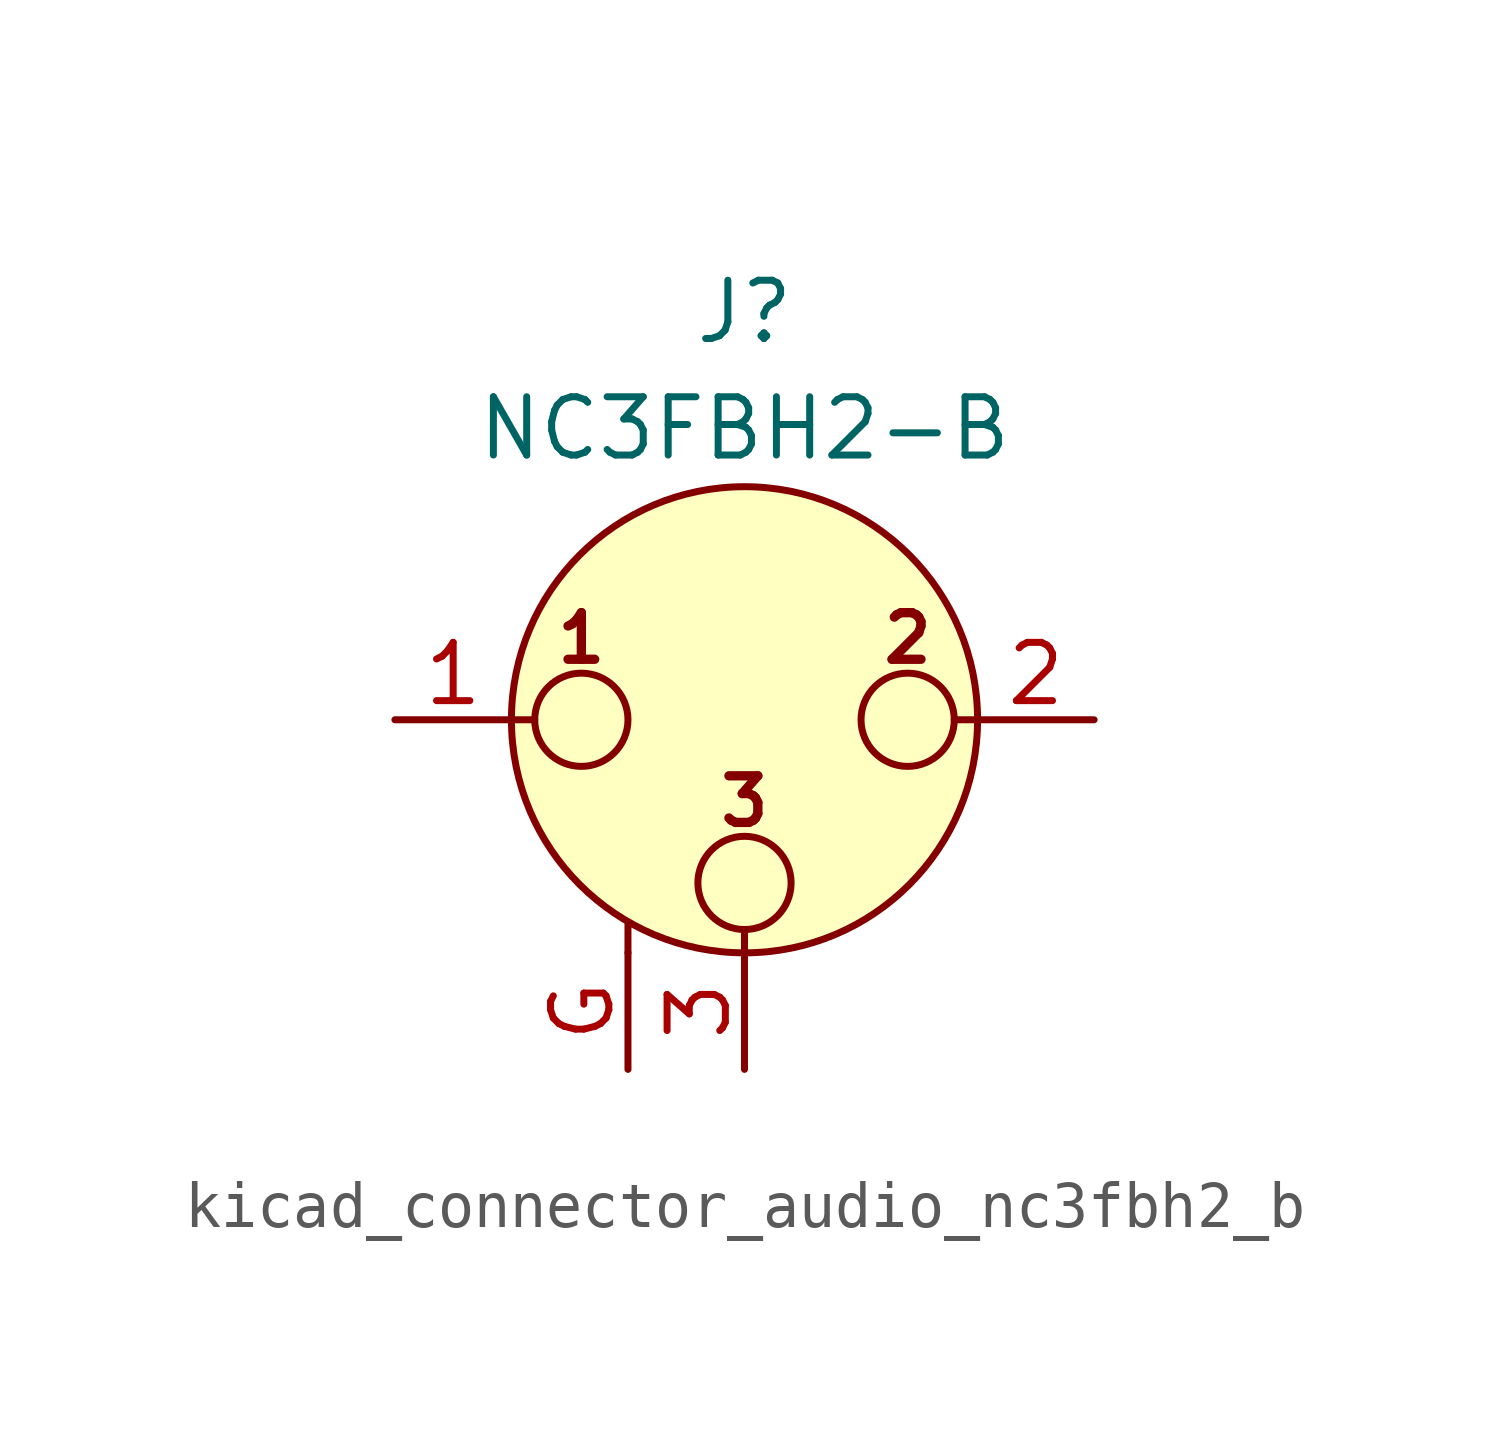
<source format=kicad_sym>
(kicad_symbol_lib
  (version 20220914)
  (generator kicad_symbol_editor)
  (symbol "kicad_connector_audio_nc3fbh2_b"
    (pin_names hide)
    (property "Reference" "J"
      (at 0 8.89 0)
      (effects (font (size 1.27 1.27))))
    (property "Value" "NC3FBH2-B"
      (at 0 6.35 0)
      (effects (font (size 1.27 1.27))))
    (symbol "kicad_connector_audio_nc3fbh2_b_0_1"
      (circle (center -3.556 0) (radius 1.016) (stroke (width 0) (type default)) (fill (type none)))
      (circle (center 0 -3.556) (radius 1.016) (stroke (width 0) (type default)) (fill (type none)))
      (polyline (pts (xy -5.08 0) (xy -4.572 0)) (stroke (width 0) (type default)) (fill (type none)))
      (polyline (pts (xy -2.54 -5.08) (xy -2.54 -4.445)) (stroke (width 0) (type default)) (fill (type none)))
      (polyline (pts (xy 0 -5.08) (xy 0 -4.572)) (stroke (width 0) (type default)) (fill (type none)))
      (polyline (pts (xy 5.08 0) (xy 4.572 0)) (stroke (width 0) (type default)) (fill (type none)))
      (circle (center 0 0) (radius 5.08) (stroke (width 0) (type default)) (fill (type background)))
      (circle (center 3.556 0) (radius 1.016) (stroke (width 0) (type default)) (fill (type none)))
      (text "1" (at -3.556 1.778 0) (effects (font (size 1.016 1.016) bold)))
      (text "2" (at 3.556 1.778 0) (effects (font (size 1.016 1.016) bold)))
      (text "3" (at 0 -1.778 0) (effects (font (size 1.016 1.016) bold)))
      (pin passive line (at -7.62 0 0) (length 2.54) (name "~" (effects (font (size 1.27 1.27)))) (number "1" (effects (font (size 1.27 1.27)))))
      (pin passive line (at 7.62 0 180) (length 2.54) (name "~" (effects (font (size 1.27 1.27)))) (number "2" (effects (font (size 1.27 1.27)))))
      (pin passive line (at 0 -7.62 90) (length 2.54) (name "~" (effects (font (size 1.27 1.27)))) (number "3" (effects (font (size 1.27 1.27))))))
    (symbol "kicad_connector_audio_nc3fbh2_b_1_1"
      (pin passive line (at -2.54 -7.62 90) (length 2.54) (name "~" (effects (font (size 1.27 1.27)))) (number "G" (effects (font (size 1.27 1.27))))))))
</source>
